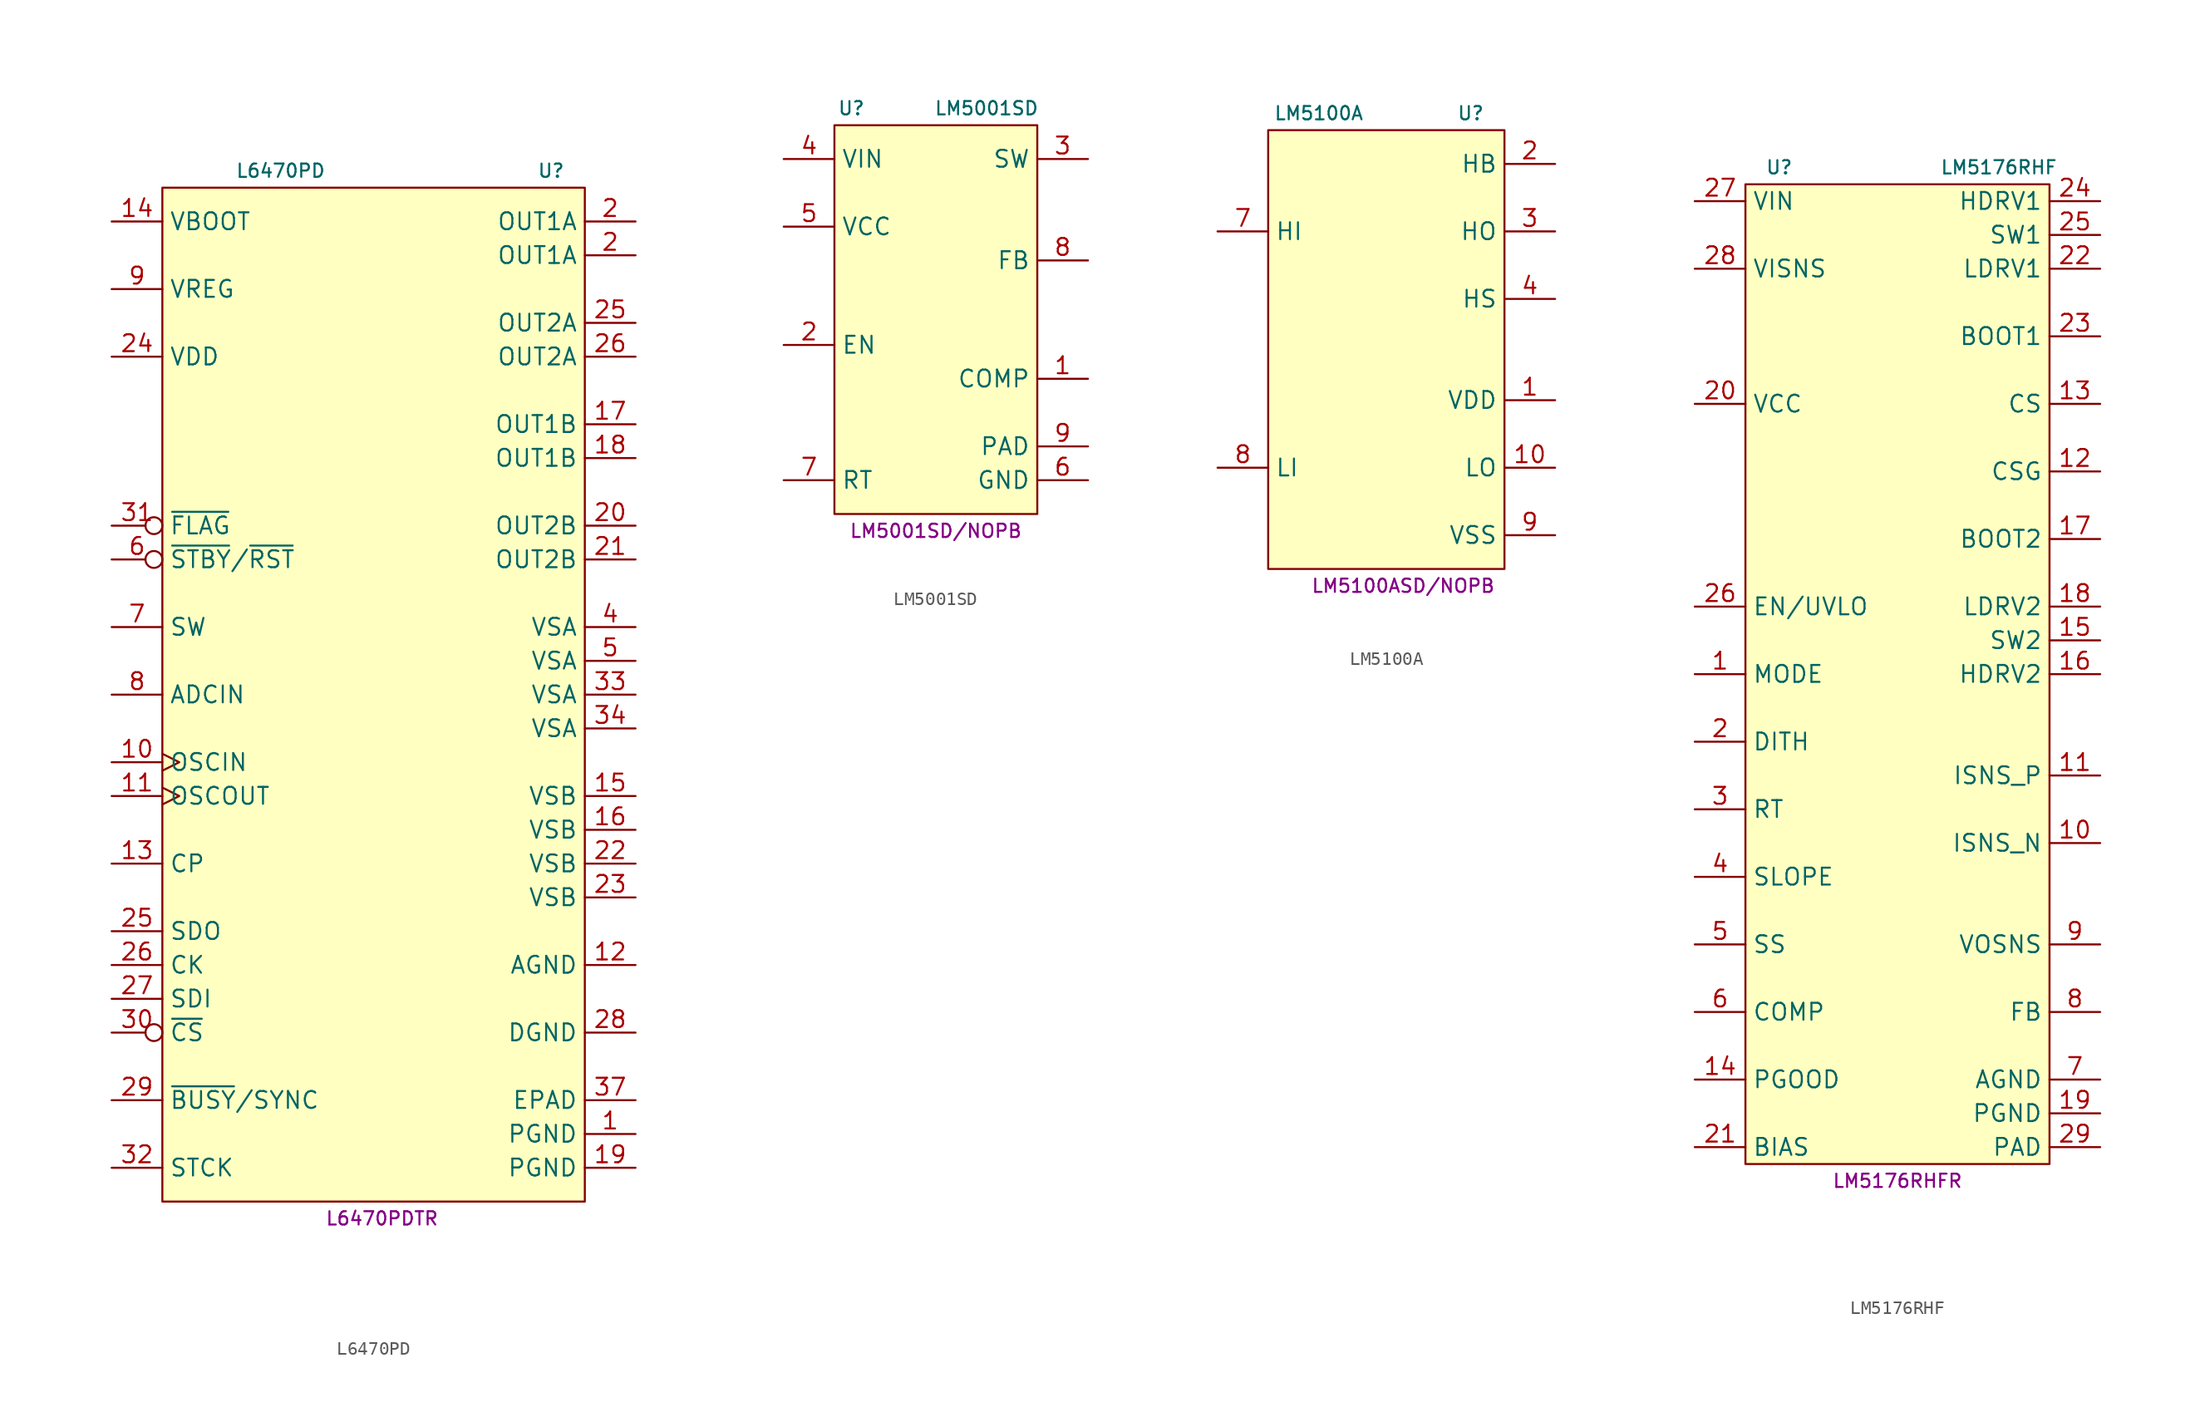
<source format=kicad_sym>
(kicad_symbol_lib
  (version 20231120)
  (generator "kicad_symbol_editor")
  (generator_version "8.0")
  (symbol "L6470PD"
    (property "Reference" "U"
      (at 12.7 41.91 0)
      (effects (font (size 1 1))))
    (property "Value" "L6470PD"
      (at -7.62 41.91 0)
      (effects (font (size 1 1))))
    (property "MPN" "L6470PDTR"
      (at 0 -36.83 0)
      (effects (font (size 1 1))))
    (symbol "L6470PD_0_1"
      (rectangle (start -16.51 40.64) (end 15.24 -35.56) (stroke (width 0) (type default)) (fill (type background))))
    (symbol "L6470PD_1_1"
      (pin power_in line (at 19.05 -30.48 180) (length 3.81) (name "PGND" (effects (font (size 1.27 1.27)))) (number "1" (effects (font (size 1.27 1.27)))))
      (pin input clock (at -20.32 -2.54 0) (length 3.81) (name "OSCIN" (effects (font (size 1.27 1.27)))) (number "10" (effects (font (size 1.27 1.27)))))
      (pin output clock (at -20.32 -5.08 0) (length 3.81) (name "OSCOUT" (effects (font (size 1.27 1.27)))) (number "11" (effects (font (size 1.27 1.27)))))
      (pin power_in line (at 19.05 -17.78 180) (length 3.81) (name "AGND" (effects (font (size 1.27 1.27)))) (number "12" (effects (font (size 1.27 1.27)))))
      (pin passive line (at -20.32 -10.16 0) (length 3.81) (name "CP" (effects (font (size 1.27 1.27)))) (number "13" (effects (font (size 1.27 1.27)))))
      (pin power_in line (at -20.32 38.1 0) (length 3.81) (name "VBOOT" (effects (font (size 1.27 1.27)))) (number "14" (effects (font (size 1.27 1.27)))))
      (pin power_in line (at 19.05 -5.08 180) (length 3.81) (name "VSB" (effects (font (size 1.27 1.27)))) (number "15" (effects (font (size 1.27 1.27)))))
      (pin power_in line (at 19.05 -7.62 180) (length 3.81) (name "VSB" (effects (font (size 1.27 1.27)))) (number "16" (effects (font (size 1.27 1.27)))))
      (pin power_out line (at 19.05 22.86 180) (length 3.81) (name "OUT1B" (effects (font (size 1.27 1.27)))) (number "17" (effects (font (size 1.27 1.27)))))
      (pin power_out line (at 19.05 20.32 180) (length 3.81) (name "OUT1B" (effects (font (size 1.27 1.27)))) (number "18" (effects (font (size 1.27 1.27)))))
      (pin power_in line (at 19.05 -33.02 180) (length 3.81) (name "PGND" (effects (font (size 1.27 1.27)))) (number "19" (effects (font (size 1.27 1.27)))))
      (pin power_out line (at 19.05 35.56 180) (length 3.81) (name "OUT1A" (effects (font (size 1.27 1.27)))) (number "2" (effects (font (size 1.27 1.27)))))
      (pin power_out line (at 19.05 38.1 180) (length 3.81) (name "OUT1A" (effects (font (size 1.27 1.27)))) (number "2" (effects (font (size 1.27 1.27)))))
      (pin power_out line (at 19.05 15.24 180) (length 3.81) (name "OUT2B" (effects (font (size 1.27 1.27)))) (number "20" (effects (font (size 1.27 1.27)))))
      (pin power_out line (at 19.05 12.7 180) (length 3.81) (name "OUT2B" (effects (font (size 1.27 1.27)))) (number "21" (effects (font (size 1.27 1.27)))))
      (pin power_in line (at 19.05 -10.16 180) (length 3.81) (name "VSB" (effects (font (size 1.27 1.27)))) (number "22" (effects (font (size 1.27 1.27)))))
      (pin power_in line (at 19.05 -12.7 180) (length 3.81) (name "VSB" (effects (font (size 1.27 1.27)))) (number "23" (effects (font (size 1.27 1.27)))))
      (pin power_in line (at -20.32 27.94 0) (length 3.81) (name "VDD" (effects (font (size 1.27 1.27)))) (number "24" (effects (font (size 1.27 1.27)))))
      (pin power_out line (at 19.05 30.48 180) (length 3.81) (name "OUT2A" (effects (font (size 1.27 1.27)))) (number "25" (effects (font (size 1.27 1.27)))))
      (pin output line (at -20.32 -15.24 0) (length 3.81) (name "SDO" (effects (font (size 1.27 1.27)))) (number "25" (effects (font (size 1.27 1.27)))))
      (pin input line (at -20.32 -17.78 0) (length 3.81) (name "CK" (effects (font (size 1.27 1.27)))) (number "26" (effects (font (size 1.27 1.27)))))
      (pin power_out line (at 19.05 27.94 180) (length 3.81) (name "OUT2A" (effects (font (size 1.27 1.27)))) (number "26" (effects (font (size 1.27 1.27)))))
      (pin input line (at -20.32 -20.32 0) (length 3.81) (name "SDI" (effects (font (size 1.27 1.27)))) (number "27" (effects (font (size 1.27 1.27)))))
      (pin power_in line (at 19.05 -22.86 180) (length 3.81) (name "DGND" (effects (font (size 1.27 1.27)))) (number "28" (effects (font (size 1.27 1.27)))))
      (pin open_collector line (at -20.32 -27.94 0) (length 3.81) (name "~{BUSY}/SYNC" (effects (font (size 1.27 1.27)))) (number "29" (effects (font (size 1.27 1.27)))))
      (pin input inverted (at -20.32 -22.86 0) (length 3.81) (name "~{CS}" (effects (font (size 1.27 1.27)))) (number "30" (effects (font (size 1.27 1.27)))))
      (pin open_collector inverted (at -20.32 15.24 0) (length 3.81) (name "~{FLAG}" (effects (font (size 1.27 1.27)))) (number "31" (effects (font (size 1.27 1.27)))))
      (pin input line (at -20.32 -33.02 0) (length 3.81) (name "STCK" (effects (font (size 1.27 1.27)))) (number "32" (effects (font (size 1.27 1.27)))))
      (pin power_in line (at 19.05 2.54 180) (length 3.81) (name "VSA" (effects (font (size 1.27 1.27)))) (number "33" (effects (font (size 1.27 1.27)))))
      (pin power_in line (at 19.05 0 180) (length 3.81) (name "VSA" (effects (font (size 1.27 1.27)))) (number "34" (effects (font (size 1.27 1.27)))))
      (pin power_in line (at 19.05 -27.94 180) (length 3.81) (name "EPAD" (effects (font (size 1.27 1.27)))) (number "37" (effects (font (size 1.27 1.27)))))
      (pin power_in line (at 19.05 7.62 180) (length 3.81) (name "VSA" (effects (font (size 1.27 1.27)))) (number "4" (effects (font (size 1.27 1.27)))))
      (pin power_in line (at 19.05 5.08 180) (length 3.81) (name "VSA" (effects (font (size 1.27 1.27)))) (number "5" (effects (font (size 1.27 1.27)))))
      (pin input inverted (at -20.32 12.7 0) (length 3.81) (name "~{STBY}/~{RST}" (effects (font (size 1.27 1.27)))) (number "6" (effects (font (size 1.27 1.27)))))
      (pin input line (at -20.32 7.62 0) (length 3.81) (name "SW" (effects (font (size 1.27 1.27)))) (number "7" (effects (font (size 1.27 1.27)))))
      (pin passive line (at -20.32 2.54 0) (length 3.81) (name "ADCIN" (effects (font (size 1.27 1.27)))) (number "8" (effects (font (size 1.27 1.27)))))
      (pin power_out line (at -20.32 33.02 0) (length 3.81) (name "VREG" (effects (font (size 1.27 1.27)))) (number "9" (effects (font (size 1.27 1.27)))))))
  (symbol "LM5001SD"
    (property "Reference" "U"
      (at -6.35 12.7 0)
      (effects (font (size 1 1))))
    (property "Value" "LM5001SD"
      (at 3.81 12.7 0)
      (effects (font (size 1 1))))
    (property "MPN" "LM5001SD/NOPB"
      (at 0 -19.05 0)
      (effects (font (size 1 1))))
    (symbol "LM5001SD_0_1"
      (rectangle (start -7.62 11.43) (end 7.62 -17.78) (stroke (width 0.152) (type default)) (fill (type background))))
    (symbol "LM5001SD_1_1"
      (pin open_collector line (at 11.43 -7.62 180) (length 3.81) (name "COMP" (effects (font (size 1.27 1.27)))) (number "1" (effects (font (size 1.27 1.27)))))
      (pin input line (at -11.43 -5.08 0) (length 3.81) (name "EN" (effects (font (size 1.27 1.27)))) (number "2" (effects (font (size 1.27 1.27)))))
      (pin power_out line (at 11.43 8.89 180) (length 3.81) (name "SW" (effects (font (size 1.27 1.27)))) (number "3" (effects (font (size 1.27 1.27)))))
      (pin power_in line (at -11.43 8.89 0) (length 3.81) (name "VIN" (effects (font (size 1.27 1.27)))) (number "4" (effects (font (size 1.27 1.27)))))
      (pin power_in line (at -11.43 3.81 0) (length 3.81) (name "VCC" (effects (font (size 1.27 1.27)))) (number "5" (effects (font (size 1.27 1.27)))))
      (pin power_in line (at 11.43 -15.24 180) (length 3.81) (name "GND" (effects (font (size 1.27 1.27)))) (number "6" (effects (font (size 1.27 1.27)))))
      (pin input line (at -11.43 -15.24 0) (length 3.81) (name "RT" (effects (font (size 1.27 1.27)))) (number "7" (effects (font (size 1.27 1.27)))))
      (pin input line (at 11.43 1.27 180) (length 3.81) (name "FB" (effects (font (size 1.27 1.27)))) (number "8" (effects (font (size 1.27 1.27)))))
      (pin passive line (at 11.43 -12.7 180) (length 3.81) (name "PAD" (effects (font (size 1.27 1.27)))) (number "9" (effects (font (size 1.27 1.27)))))))
  (symbol "LM5100A"
    (property "Reference" "U"
      (at 6.35 17.78 0)
      (effects (font (size 1 1))))
    (property "Value" "LM5100A"
      (at -5.08 17.78 0)
      (effects (font (size 1 1))))
    (property "MPN" "LM5100ASD/NOPB"
      (at 1.27 -17.78 0)
      (effects (font (size 1 1))))
    (symbol "LM5100A_0_1"
      (rectangle (start 8.89 16.51) (end -8.89 -16.51) (stroke (width 0) (type default)) (fill (type background))))
    (symbol "LM5100A_1_1"
      (pin power_in line (at 12.7 -3.81 180) (length 3.81) (name "VDD" (effects (font (size 1.27 1.27)))) (number "1" (effects (font (size 1.27 1.27)))))
      (pin output line (at 12.7 -8.89 180) (length 3.81) (name "LO" (effects (font (size 1.27 1.27)))) (number "10" (effects (font (size 1.27 1.27)))))
      (pin power_in line (at 12.7 13.97 180) (length 3.81) (name "HB" (effects (font (size 1.27 1.27)))) (number "2" (effects (font (size 1.27 1.27)))))
      (pin output line (at 12.7 8.89 180) (length 3.81) (name "HO" (effects (font (size 1.27 1.27)))) (number "3" (effects (font (size 1.27 1.27)))))
      (pin passive line (at 12.7 3.81 180) (length 3.81) (name "HS" (effects (font (size 1.27 1.27)))) (number "4" (effects (font (size 1.27 1.27)))))
      (pin input line (at -12.7 8.89 0) (length 3.81) (name "HI" (effects (font (size 1.27 1.27)))) (number "7" (effects (font (size 1.27 1.27)))))
      (pin input line (at -12.7 -8.89 0) (length 3.81) (name "LI" (effects (font (size 1.27 1.27)))) (number "8" (effects (font (size 1.27 1.27)))))
      (pin power_in line (at 12.7 -13.97 180) (length 3.81) (name "VSS" (effects (font (size 1.27 1.27)))) (number "9" (effects (font (size 1.27 1.27)))))))
  (symbol "LM5176RHF"
    (property "Reference" "U"
      (at -8.89 30.48 0)
      (effects (font (size 1 1))))
    (property "Value" "LM5176RHF"
      (at 7.62 30.48 0)
      (effects (font (size 1 1))))
    (property "MPN" "LM5176RHFR"
      (at 0 -45.72 0)
      (effects (font (size 1 1))))
    (symbol "LM5176RHF_0_1"
      (rectangle (start -11.43 -44.45) (end 11.43 29.21) (stroke (width 0) (type default)) (fill (type background))))
    (symbol "LM5176RHF_1_1"
      (pin input line (at -15.24 -7.62 0) (length 3.81) (name "MODE" (effects (font (size 1.27 1.27)))) (number "1" (effects (font (size 1.27 1.27)))))
      (pin passive line (at 15.24 -20.32 180) (length 3.81) (name "ISNS_N" (effects (font (size 1.27 1.27)))) (number "10" (effects (font (size 1.27 1.27)))))
      (pin passive line (at 15.24 -15.24 180) (length 3.81) (name "ISNS_P" (effects (font (size 1.27 1.27)))) (number "11" (effects (font (size 1.27 1.27)))))
      (pin passive line (at 15.24 7.62 180) (length 3.81) (name "CSG" (effects (font (size 1.27 1.27)))) (number "12" (effects (font (size 1.27 1.27)))))
      (pin passive line (at 15.24 12.7 180) (length 3.81) (name "CS" (effects (font (size 1.27 1.27)))) (number "13" (effects (font (size 1.27 1.27)))))
      (pin open_collector line (at -15.24 -38.1 0) (length 3.81) (name "PGOOD" (effects (font (size 1.27 1.27)))) (number "14" (effects (font (size 1.27 1.27)))))
      (pin passive line (at 15.24 -5.08 180) (length 3.81) (name "SW2" (effects (font (size 1.27 1.27)))) (number "15" (effects (font (size 1.27 1.27)))))
      (pin power_out line (at 15.24 -7.62 180) (length 3.81) (name "HDRV2" (effects (font (size 1.27 1.27)))) (number "16" (effects (font (size 1.27 1.27)))))
      (pin passive line (at 15.24 2.54 180) (length 3.81) (name "BOOT2" (effects (font (size 1.27 1.27)))) (number "17" (effects (font (size 1.27 1.27)))))
      (pin power_out line (at 15.24 -2.54 180) (length 3.81) (name "LDRV2" (effects (font (size 1.27 1.27)))) (number "18" (effects (font (size 1.27 1.27)))))
      (pin power_out line (at 15.24 -40.64 180) (length 3.81) (name "PGND" (effects (font (size 1.27 1.27)))) (number "19" (effects (font (size 1.27 1.27)))))
      (pin passive line (at -15.24 -12.7 0) (length 3.81) (name "DITH" (effects (font (size 1.27 1.27)))) (number "2" (effects (font (size 1.27 1.27)))))
      (pin power_in line (at -15.24 12.7 0) (length 3.81) (name "VCC" (effects (font (size 1.27 1.27)))) (number "20" (effects (font (size 1.27 1.27)))))
      (pin passive line (at -15.24 -43.18 0) (length 3.81) (name "BIAS" (effects (font (size 1.27 1.27)))) (number "21" (effects (font (size 1.27 1.27)))))
      (pin power_out line (at 15.24 22.86 180) (length 3.81) (name "LDRV1" (effects (font (size 1.27 1.27)))) (number "22" (effects (font (size 1.27 1.27)))))
      (pin passive line (at 15.24 17.78 180) (length 3.81) (name "BOOT1" (effects (font (size 1.27 1.27)))) (number "23" (effects (font (size 1.27 1.27)))))
      (pin power_out line (at 15.24 27.94 180) (length 3.81) (name "HDRV1" (effects (font (size 1.27 1.27)))) (number "24" (effects (font (size 1.27 1.27)))))
      (pin passive line (at 15.24 25.4 180) (length 3.81) (name "SW1" (effects (font (size 1.27 1.27)))) (number "25" (effects (font (size 1.27 1.27)))))
      (pin input line (at -15.24 -2.54 0) (length 3.81) (name "EN/UVLO" (effects (font (size 1.27 1.27)))) (number "26" (effects (font (size 1.27 1.27)))))
      (pin power_in line (at -15.24 27.94 0) (length 3.81) (name "VIN" (effects (font (size 1.27 1.27)))) (number "27" (effects (font (size 1.27 1.27)))))
      (pin passive line (at -15.24 22.86 0) (length 3.81) (name "VISNS" (effects (font (size 1.27 1.27)))) (number "28" (effects (font (size 1.27 1.27)))))
      (pin passive line (at 15.24 -43.18 180) (length 3.81) (name "PAD" (effects (font (size 1.27 1.27)))) (number "29" (effects (font (size 1.27 1.27)))))
      (pin passive line (at -15.24 -17.78 0) (length 3.81) (name "RT" (effects (font (size 1.27 1.27)))) (number "3" (effects (font (size 1.27 1.27)))))
      (pin passive line (at -15.24 -22.86 0) (length 3.81) (name "SLOPE" (effects (font (size 1.27 1.27)))) (number "4" (effects (font (size 1.27 1.27)))))
      (pin passive line (at -15.24 -27.94 0) (length 3.81) (name "SS" (effects (font (size 1.27 1.27)))) (number "5" (effects (font (size 1.27 1.27)))))
      (pin passive line (at -15.24 -33.02 0) (length 3.81) (name "COMP" (effects (font (size 1.27 1.27)))) (number "6" (effects (font (size 1.27 1.27)))))
      (pin power_in line (at 15.24 -38.1 180) (length 3.81) (name "AGND" (effects (font (size 1.27 1.27)))) (number "7" (effects (font (size 1.27 1.27)))))
      (pin passive line (at 15.24 -33.02 180) (length 3.81) (name "FB" (effects (font (size 1.27 1.27)))) (number "8" (effects (font (size 1.27 1.27)))))
      (pin passive line (at 15.24 -27.94 180) (length 3.81) (name "VOSNS" (effects (font (size 1.27 1.27)))) (number "9" (effects (font (size 1.27 1.27))))))))
</source>
